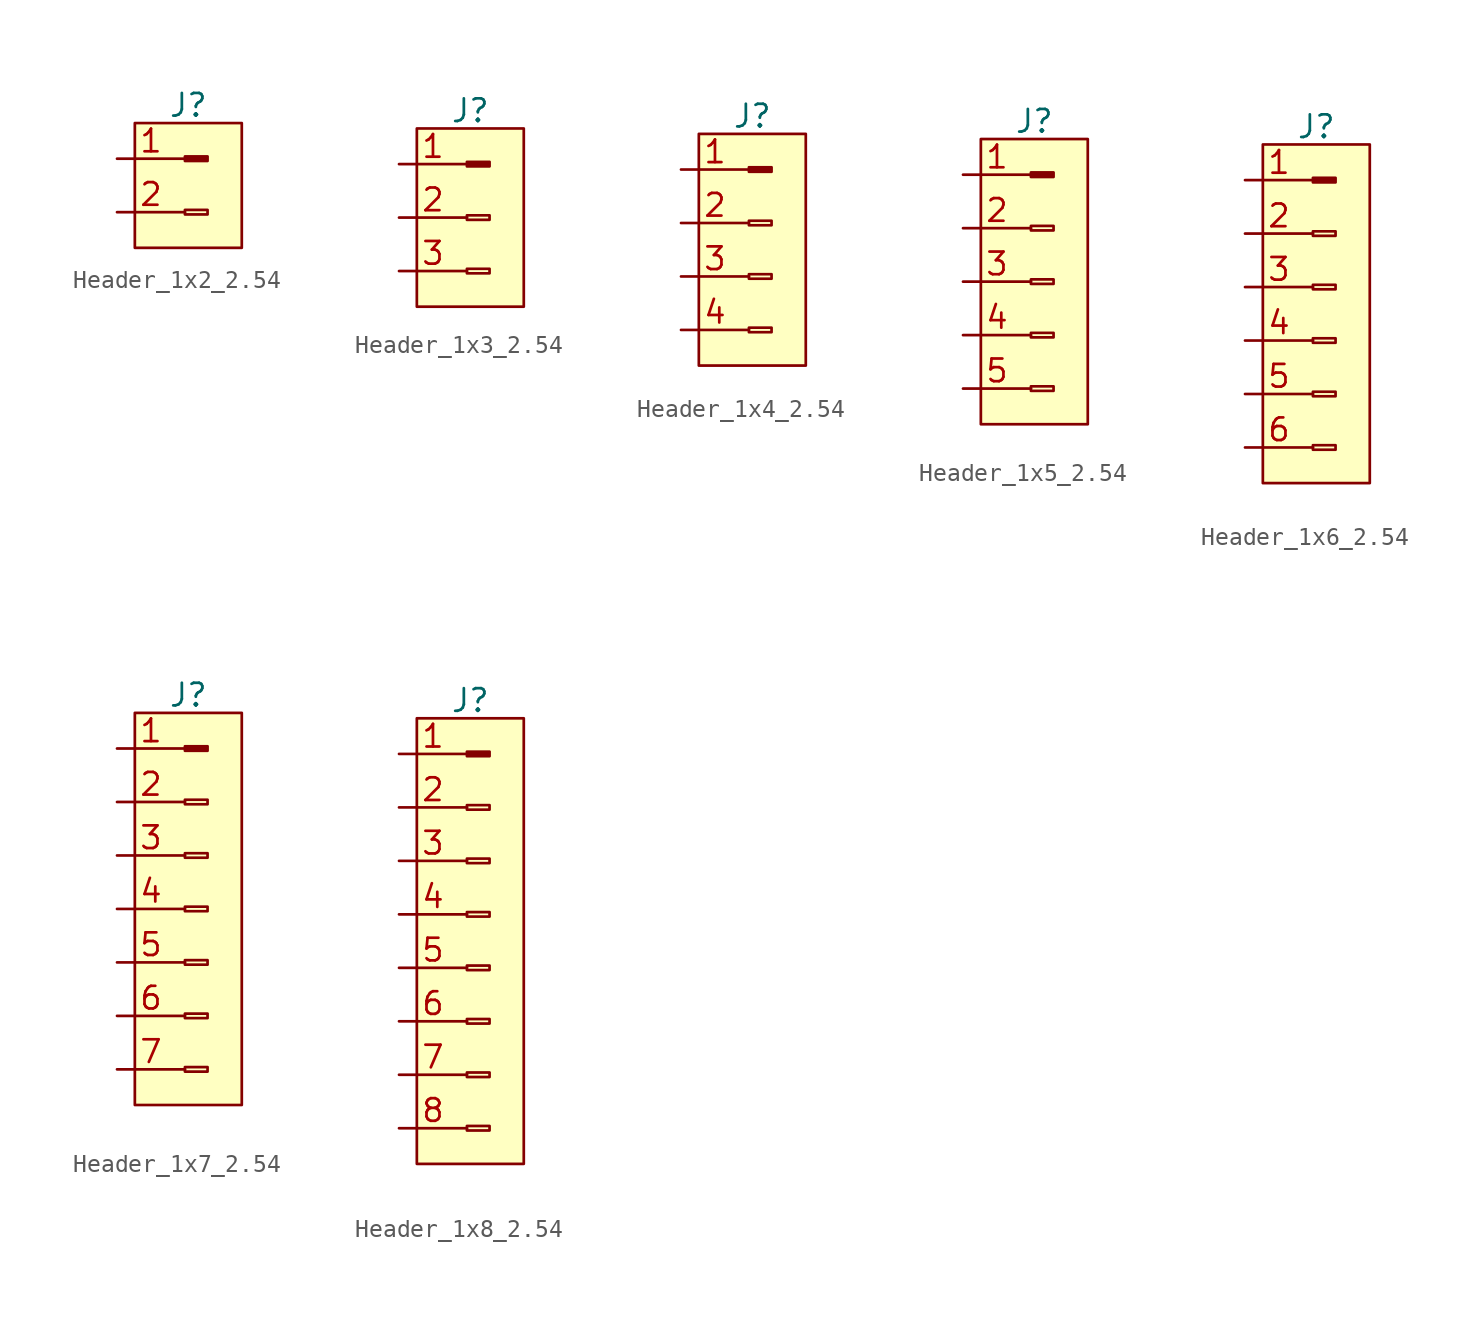
<source format=kicad_sym>
(kicad_symbol_lib
  (version 20211014)
  (generator kicad_symbol_editor)
  (symbol "Header_1x2_2.54"
    (pin_names
      (offset 1.016) hide)
    (property "Reference" "J"
      (at -1 6 0)
      (effects (font (size 1.27 1.27))))
    (symbol "Header_1x2_2.54_1_1"
      (rectangle (start -4 5) (end 2 -2) (stroke (width 0) (type default) (color 0 0 0 0)) (fill (type background)))
      (rectangle (start -1.19 0.127) (end 0.08 -0.127) (stroke (width 0.152) (type default) (color 0 0 0 0)) (fill (type none)))
      (rectangle (start -1.19 3.127) (end 0.08 2.873) (stroke (width 0.152) (type default) (color 0 0 0 0)) (fill (type outline)))
      (pin passive line (at -5 3 0) (length 3.81) (name "1" (effects (font (size 1.27 1.27)))) (number "1" (effects (font (size 1.27 1.27)))))
      (pin passive line (at -5 0 0) (length 3.81) (name "2" (effects (font (size 1.27 1.27)))) (number "2" (effects (font (size 1.27 1.27)))))))
  (symbol "Header_1x3_2.54"
    (pin_names
      (offset 1.016) hide)
    (property "Reference" "J"
      (at -1 9 0)
      (effects (font (size 1.27 1.27))))
    (symbol "Header_1x3_2.54_1_1"
      (rectangle (start -4 8) (end 2 -2) (stroke (width 0) (type default) (color 0 0 0 0)) (fill (type background)))
      (rectangle (start -1.19 0.127) (end 0.08 -0.127) (stroke (width 0.152) (type default) (color 0 0 0 0)) (fill (type none)))
      (rectangle (start -1.19 3.127) (end 0.08 2.873) (stroke (width 0.152) (type default) (color 0 0 0 0)) (fill (type none)))
      (rectangle (start -1.19 6.127) (end 0.08 5.873) (stroke (width 0.152) (type default) (color 0 0 0 0)) (fill (type outline)))
      (pin passive line (at -5 6 0) (length 3.81) (name "1" (effects (font (size 1.27 1.27)))) (number "1" (effects (font (size 1.27 1.27)))))
      (pin passive line (at -5 3 0) (length 3.81) (name "2" (effects (font (size 1.27 1.27)))) (number "2" (effects (font (size 1.27 1.27)))))
      (pin passive line (at -5 0 0) (length 3.81) (name "3" (effects (font (size 1.27 1.27)))) (number "3" (effects (font (size 1.27 1.27)))))))
  (symbol "Header_1x4_2.54"
    (pin_names
      (offset 1.016) hide)
    (property "Reference" "J"
      (at -1 12 0)
      (effects (font (size 1.27 1.27))))
    (symbol "Header_1x4_2.54_1_1"
      (rectangle (start -4 11) (end 2 -2) (stroke (width 0) (type default) (color 0 0 0 0)) (fill (type background)))
      (rectangle (start -1.19 0.127) (end 0.08 -0.127) (stroke (width 0.152) (type default) (color 0 0 0 0)) (fill (type none)))
      (rectangle (start -1.19 3.127) (end 0.08 2.873) (stroke (width 0.152) (type default) (color 0 0 0 0)) (fill (type none)))
      (rectangle (start -1.19 6.127) (end 0.08 5.873) (stroke (width 0.152) (type default) (color 0 0 0 0)) (fill (type none)))
      (rectangle (start -1.19 9.127) (end 0.08 8.873) (stroke (width 0.152) (type default) (color 0 0 0 0)) (fill (type outline)))
      (pin passive line (at -5 9 0) (length 3.81) (name "1" (effects (font (size 1.27 1.27)))) (number "1" (effects (font (size 1.27 1.27)))))
      (pin passive line (at -5 6 0) (length 3.81) (name "2" (effects (font (size 1.27 1.27)))) (number "2" (effects (font (size 1.27 1.27)))))
      (pin passive line (at -5 3 0) (length 3.81) (name "3" (effects (font (size 1.27 1.27)))) (number "3" (effects (font (size 1.27 1.27)))))
      (pin passive line (at -5 0 0) (length 3.81) (name "4" (effects (font (size 1.27 1.27)))) (number "4" (effects (font (size 1.27 1.27)))))))
  (symbol "Header_1x5_2.54"
    (pin_names
      (offset 1.016) hide)
    (property "Reference" "J"
      (at -1 15 0)
      (effects (font (size 1.27 1.27))))
    (symbol "Header_1x5_2.54_1_1"
      (rectangle (start -4 14) (end 2 -2) (stroke (width 0) (type default) (color 0 0 0 0)) (fill (type background)))
      (rectangle (start -1.19 0.127) (end 0.08 -0.127) (stroke (width 0.152) (type default) (color 0 0 0 0)) (fill (type none)))
      (rectangle (start -1.19 3.127) (end 0.08 2.873) (stroke (width 0.152) (type default) (color 0 0 0 0)) (fill (type none)))
      (rectangle (start -1.19 6.127) (end 0.08 5.873) (stroke (width 0.152) (type default) (color 0 0 0 0)) (fill (type none)))
      (rectangle (start -1.19 9.127) (end 0.08 8.873) (stroke (width 0.152) (type default) (color 0 0 0 0)) (fill (type none)))
      (rectangle (start -1.19 12.127) (end 0.08 11.873) (stroke (width 0.152) (type default) (color 0 0 0 0)) (fill (type outline)))
      (pin passive line (at -5 12 0) (length 3.81) (name "1" (effects (font (size 1.27 1.27)))) (number "1" (effects (font (size 1.27 1.27)))))
      (pin passive line (at -5 9 0) (length 3.81) (name "2" (effects (font (size 1.27 1.27)))) (number "2" (effects (font (size 1.27 1.27)))))
      (pin passive line (at -5 6 0) (length 3.81) (name "3" (effects (font (size 1.27 1.27)))) (number "3" (effects (font (size 1.27 1.27)))))
      (pin passive line (at -5 3 0) (length 3.81) (name "4" (effects (font (size 1.27 1.27)))) (number "4" (effects (font (size 1.27 1.27)))))
      (pin passive line (at -5 0 0) (length 3.81) (name "5" (effects (font (size 1.27 1.27)))) (number "5" (effects (font (size 1.27 1.27)))))))
  (symbol "Header_1x6_2.54"
    (pin_names
      (offset 1.016) hide)
    (property "Reference" "J"
      (at -1 18 0)
      (effects (font (size 1.27 1.27))))
    (symbol "Header_1x6_2.54_1_1"
      (rectangle (start -4 17) (end 2 -2) (stroke (width 0) (type default) (color 0 0 0 0)) (fill (type background)))
      (rectangle (start -1.19 0.127) (end 0.08 -0.127) (stroke (width 0.152) (type default) (color 0 0 0 0)) (fill (type none)))
      (rectangle (start -1.19 3.127) (end 0.08 2.873) (stroke (width 0.152) (type default) (color 0 0 0 0)) (fill (type none)))
      (rectangle (start -1.19 6.127) (end 0.08 5.873) (stroke (width 0.152) (type default) (color 0 0 0 0)) (fill (type none)))
      (rectangle (start -1.19 9.127) (end 0.08 8.873) (stroke (width 0.152) (type default) (color 0 0 0 0)) (fill (type none)))
      (rectangle (start -1.19 12.127) (end 0.08 11.873) (stroke (width 0.152) (type default) (color 0 0 0 0)) (fill (type none)))
      (rectangle (start -1.19 15.127) (end 0.08 14.873) (stroke (width 0.152) (type default) (color 0 0 0 0)) (fill (type outline)))
      (pin passive line (at -5 15 0) (length 3.81) (name "1" (effects (font (size 1.27 1.27)))) (number "1" (effects (font (size 1.27 1.27)))))
      (pin passive line (at -5 12 0) (length 3.81) (name "2" (effects (font (size 1.27 1.27)))) (number "2" (effects (font (size 1.27 1.27)))))
      (pin passive line (at -5 9 0) (length 3.81) (name "3" (effects (font (size 1.27 1.27)))) (number "3" (effects (font (size 1.27 1.27)))))
      (pin passive line (at -5 6 0) (length 3.81) (name "4" (effects (font (size 1.27 1.27)))) (number "4" (effects (font (size 1.27 1.27)))))
      (pin passive line (at -5 3 0) (length 3.81) (name "5" (effects (font (size 1.27 1.27)))) (number "5" (effects (font (size 1.27 1.27)))))
      (pin passive line (at -5 0 0) (length 3.81) (name "6" (effects (font (size 1.27 1.27)))) (number "6" (effects (font (size 1.27 1.27)))))))
  (symbol "Header_1x7_2.54"
    (pin_names
      (offset 1.016) hide)
    (property "Reference" "J"
      (at -1 21 0)
      (effects (font (size 1.27 1.27))))
    (symbol "Header_1x7_2.54_1_1"
      (rectangle (start -4 20) (end 2 -2) (stroke (width 0) (type default) (color 0 0 0 0)) (fill (type background)))
      (rectangle (start -1.19 0.127) (end 0.08 -0.127) (stroke (width 0.152) (type default) (color 0 0 0 0)) (fill (type none)))
      (rectangle (start -1.19 3.127) (end 0.08 2.873) (stroke (width 0.152) (type default) (color 0 0 0 0)) (fill (type none)))
      (rectangle (start -1.19 6.127) (end 0.08 5.873) (stroke (width 0.152) (type default) (color 0 0 0 0)) (fill (type none)))
      (rectangle (start -1.19 9.127) (end 0.08 8.873) (stroke (width 0.152) (type default) (color 0 0 0 0)) (fill (type none)))
      (rectangle (start -1.19 12.127) (end 0.08 11.873) (stroke (width 0.152) (type default) (color 0 0 0 0)) (fill (type none)))
      (rectangle (start -1.19 15.127) (end 0.08 14.873) (stroke (width 0.152) (type default) (color 0 0 0 0)) (fill (type none)))
      (rectangle (start -1.19 18.127) (end 0.08 17.873) (stroke (width 0.152) (type default) (color 0 0 0 0)) (fill (type outline)))
      (pin passive line (at -5 18 0) (length 3.81) (name "1" (effects (font (size 1.27 1.27)))) (number "1" (effects (font (size 1.27 1.27)))))
      (pin passive line (at -5 15 0) (length 3.81) (name "2" (effects (font (size 1.27 1.27)))) (number "2" (effects (font (size 1.27 1.27)))))
      (pin passive line (at -5 12 0) (length 3.81) (name "3" (effects (font (size 1.27 1.27)))) (number "3" (effects (font (size 1.27 1.27)))))
      (pin passive line (at -5 9 0) (length 3.81) (name "4" (effects (font (size 1.27 1.27)))) (number "4" (effects (font (size 1.27 1.27)))))
      (pin passive line (at -5 6 0) (length 3.81) (name "5" (effects (font (size 1.27 1.27)))) (number "5" (effects (font (size 1.27 1.27)))))
      (pin passive line (at -5 3 0) (length 3.81) (name "6" (effects (font (size 1.27 1.27)))) (number "6" (effects (font (size 1.27 1.27)))))
      (pin passive line (at -5 0 0) (length 3.81) (name "7" (effects (font (size 1.27 1.27)))) (number "7" (effects (font (size 1.27 1.27)))))))
  (symbol "Header_1x8_2.54"
    (pin_names
      (offset 1.016) hide)
    (property "Reference" "J"
      (at -1 24 0)
      (effects (font (size 1.27 1.27))))
    (symbol "Header_1x8_2.54_1_1"
      (rectangle (start -4 23) (end 2 -2) (stroke (width 0) (type default) (color 0 0 0 0)) (fill (type background)))
      (rectangle (start -1.19 0.127) (end 0.08 -0.127) (stroke (width 0.152) (type default) (color 0 0 0 0)) (fill (type none)))
      (rectangle (start -1.19 3.127) (end 0.08 2.873) (stroke (width 0.152) (type default) (color 0 0 0 0)) (fill (type none)))
      (rectangle (start -1.19 6.127) (end 0.08 5.873) (stroke (width 0.152) (type default) (color 0 0 0 0)) (fill (type none)))
      (rectangle (start -1.19 9.127) (end 0.08 8.873) (stroke (width 0.152) (type default) (color 0 0 0 0)) (fill (type none)))
      (rectangle (start -1.19 12.127) (end 0.08 11.873) (stroke (width 0.152) (type default) (color 0 0 0 0)) (fill (type none)))
      (rectangle (start -1.19 15.127) (end 0.08 14.873) (stroke (width 0.152) (type default) (color 0 0 0 0)) (fill (type none)))
      (rectangle (start -1.19 18.127) (end 0.08 17.873) (stroke (width 0.152) (type default) (color 0 0 0 0)) (fill (type none)))
      (rectangle (start -1.19 21.127) (end 0.08 20.873) (stroke (width 0.152) (type default) (color 0 0 0 0)) (fill (type outline)))
      (pin passive line (at -5 21 0) (length 3.81) (name "1" (effects (font (size 1.27 1.27)))) (number "1" (effects (font (size 1.27 1.27)))))
      (pin passive line (at -5 18 0) (length 3.81) (name "2" (effects (font (size 1.27 1.27)))) (number "2" (effects (font (size 1.27 1.27)))))
      (pin passive line (at -5 15 0) (length 3.81) (name "3" (effects (font (size 1.27 1.27)))) (number "3" (effects (font (size 1.27 1.27)))))
      (pin passive line (at -5 12 0) (length 3.81) (name "4" (effects (font (size 1.27 1.27)))) (number "4" (effects (font (size 1.27 1.27)))))
      (pin passive line (at -5 9 0) (length 3.81) (name "5" (effects (font (size 1.27 1.27)))) (number "5" (effects (font (size 1.27 1.27)))))
      (pin passive line (at -5 6 0) (length 3.81) (name "6" (effects (font (size 1.27 1.27)))) (number "6" (effects (font (size 1.27 1.27)))))
      (pin passive line (at -5 3 0) (length 3.81) (name "7" (effects (font (size 1.27 1.27)))) (number "7" (effects (font (size 1.27 1.27)))))
      (pin passive line (at -5 0 0) (length 3.81) (name "8" (effects (font (size 1.27 1.27)))) (number "8" (effects (font (size 1.27 1.27))))))))
</source>
